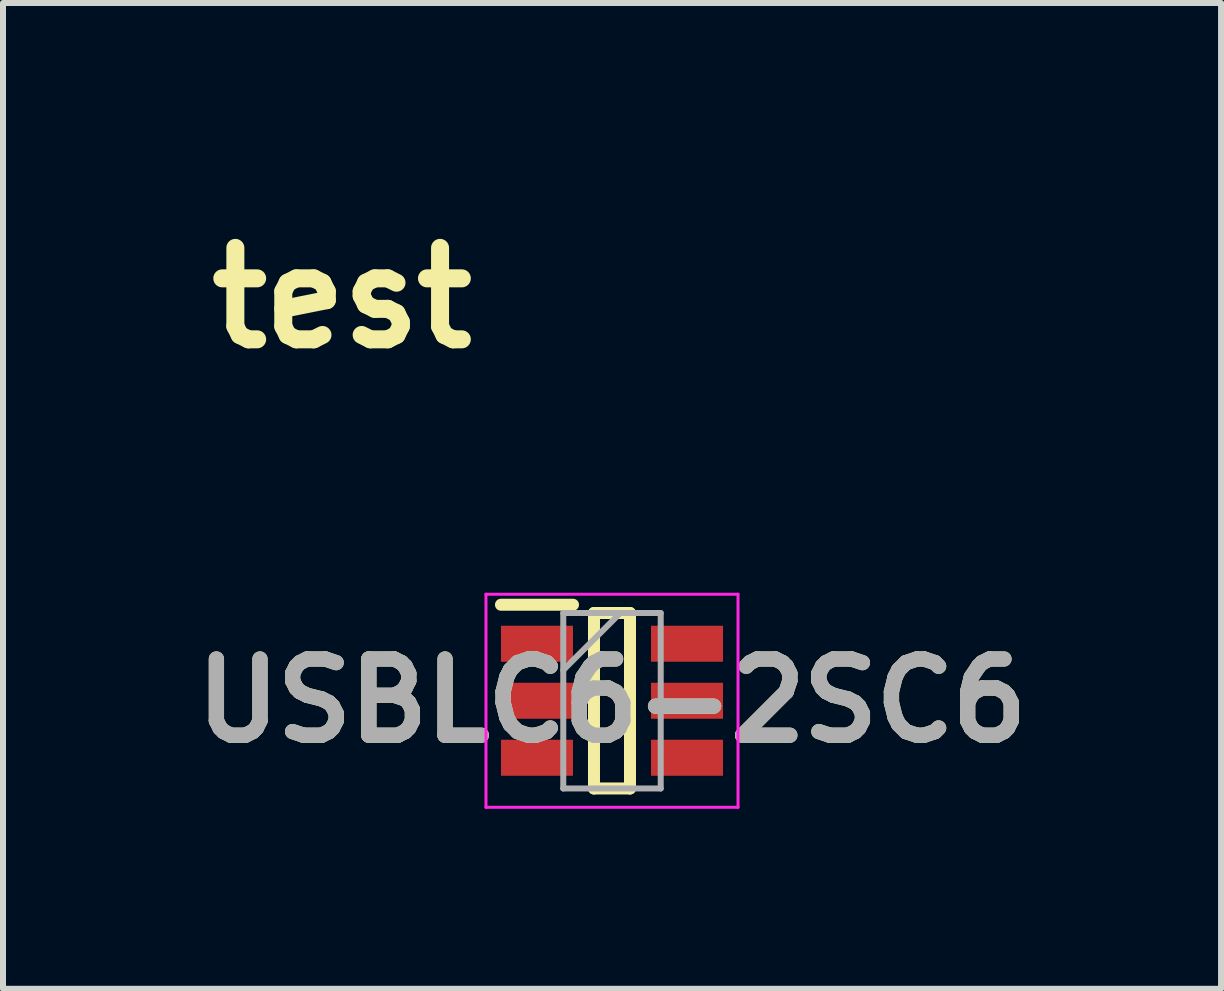
<source format=kicad_pcb>
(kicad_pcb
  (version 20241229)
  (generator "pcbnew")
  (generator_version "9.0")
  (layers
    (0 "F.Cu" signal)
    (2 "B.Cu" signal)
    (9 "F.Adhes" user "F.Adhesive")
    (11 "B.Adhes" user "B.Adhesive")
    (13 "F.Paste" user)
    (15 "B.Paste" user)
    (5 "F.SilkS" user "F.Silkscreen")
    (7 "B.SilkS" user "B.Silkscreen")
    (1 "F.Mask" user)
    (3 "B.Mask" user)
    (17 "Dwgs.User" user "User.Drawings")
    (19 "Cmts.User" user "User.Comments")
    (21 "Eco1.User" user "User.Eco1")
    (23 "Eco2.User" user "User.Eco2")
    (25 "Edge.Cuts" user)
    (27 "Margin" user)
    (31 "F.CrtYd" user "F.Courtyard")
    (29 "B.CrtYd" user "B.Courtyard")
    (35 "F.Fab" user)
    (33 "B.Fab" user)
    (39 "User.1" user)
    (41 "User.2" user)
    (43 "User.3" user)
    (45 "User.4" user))
  (footprint "test"
    (layer "F.Cu")
    (at 2.65 1.915)
    (property "Reference" "test" (at 0 0 0) (layer "F.SilkS") (effects (font (size 1.524 1.524) (thickness 0.3))))
    (attr board_only exclude_from_pos_files exclude_from_bom)
    (fp_poly (pts (xy 0.088 -1.915) (xy 0.219 -1.915) (xy 0.349 -1.915) (xy 0.478 -1.915) (xy 0.605 -1.915) (xy 0.731 -1.914) (xy 0.853 -1.914) (xy 0.973 -1.914) (xy 1.089 -1.914) (xy 1.201 -1.914) (xy 1.308 -1.914) (xy 1.411 -1.913) (xy 1.508 -1.913) (xy 1.599 -1.913) (xy 1.684 -1.913) (xy 1.762 -1.912) (xy 1.833 -1.912) (xy 1.896 -1.912) (xy 1.951 -1.911) (xy 1.997 -1.911) (xy 2.034 -1.91) (xy 2.062 -1.91) (xy 2.079 -1.91) (xy 2.085 -1.909) (xy 2.167 -1.897) (xy 2.245 -1.875) (xy 2.318 -1.843) (xy 2.386 -1.801) (xy 2.449 -1.75) (xy 2.459 -1.741) (xy 2.512 -1.683) (xy 2.556 -1.623) (xy 2.592 -1.559) (xy 2.617 -1.498) (xy 2.62 -1.489) (xy 2.624 -1.48) (xy 2.626 -1.471) (xy 2.629 -1.463) (xy 2.632 -1.455) (xy 2.634 -1.446) (xy 2.636 -1.435) (xy 2.638 -1.423) (xy 2.64 -1.41) (xy 2.642 -1.394) (xy 2.643 -1.375) (xy 2.644 -1.353) (xy 2.645 -1.327) (xy 2.646 -1.297) (xy 2.647 -1.263) (xy 2.648 -1.224) (xy 2.648 -1.18) (xy 2.649 -1.131) (xy 2.649 -1.075) (xy 2.65 -1.013) (xy 2.65 -0.944) (xy 2.65 -0.867) (xy 2.65 -0.783) (xy 2.65 -0.691) (xy 2.65 -0.59) (xy 2.65 -0.481) (xy 2.65 -0.362) (xy 2.65 -0.233) (xy 2.65 -0.095) (xy 2.65 0.000245) (xy 2.65 0.145) (xy 2.65 0.28) (xy 2.65 0.404) (xy 2.65 0.519) (xy 2.65 0.624) (xy 2.65 0.721) (xy 2.65 0.809) (xy 2.65 0.89) (xy 2.65 0.962) (xy 2.649 1.027) (xy 2.649 1.086) (xy 2.649 1.138) (xy 2.649 1.184) (xy 2.648 1.224) (xy 2.648 1.259) (xy 2.647 1.289) (xy 2.647 1.314) (xy 2.646 1.336) (xy 2.646 1.353) (xy 2.645 1.368) (xy 2.644 1.379) (xy 2.643 1.388) (xy 2.643 1.395) (xy 2.642 1.397) (xy 2.623 1.477) (xy 2.595 1.551) (xy 2.558 1.62) (xy 2.511 1.685) (xy 2.48 1.719) (xy 2.421 1.774) (xy 2.358 1.82) (xy 2.291 1.856) (xy 2.217 1.885) (xy 2.161 1.9) (xy 2.112 1.912) (xy 0.024 1.912) (xy -0.126 1.912) (xy -0.273 1.912) (xy -0.417 1.912) (xy -0.558 1.912) (xy -0.695 1.912) (xy -0.827 1.912) (xy -0.956 1.912) (xy -1.079 1.912) (xy -1.197 1.912) (xy -1.309 1.912) (xy -1.416 1.912) (xy -1.516 1.912) (xy -1.609 1.912) (xy -1.695 1.912) (xy -1.773 1.912) (xy -1.844 1.912) (xy -1.906 1.912) (xy -1.96 1.912) (xy -2.004 1.911) (xy -2.04 1.911) (xy -2.065 1.911) (xy -2.08 1.911) (xy -2.085 1.911) (xy -2.163 1.899) (xy -2.24 1.876) (xy -2.313 1.845) (xy -2.381 1.806) (xy -2.382 1.805) (xy -2.409 1.784) (xy -2.44 1.758) (xy -2.471 1.728) (xy -2.5 1.698) (xy -2.525 1.669) (xy -2.531 1.661) (xy -2.573 1.595) (xy -2.607 1.524) (xy -2.632 1.448) (xy -2.642 1.401) (xy -2.643 1.395) (xy -2.643 1.388) (xy -2.644 1.379) (xy -2.645 1.367) (xy -2.646 1.353) (xy -2.646 1.337) (xy -2.647 1.317) (xy -2.647 1.293) (xy -2.648 1.265) (xy -2.648 1.233) (xy -2.649 1.195) (xy -2.649 1.153) (xy -2.649 1.104) (xy -2.649 1.049) (xy -2.65 0.988) (xy -2.65 0.92) (xy -2.65 0.845) (xy -2.65 0.761) (xy -2.65 0.67) (xy -2.65 0.57) (xy -2.65 0.461) (xy -2.65 0.342) (xy -2.65 0.287) (xy -2.185 0.287) (xy -2.184 0.807) (xy -2.182 1.328) (xy -2.17 1.355) (xy -2.148 1.39) (xy -2.12 1.418) (xy -2.086 1.436) (xy -2.077 1.439) (xy -2.071 1.439) (xy -2.054 1.44) (xy -2.027 1.44) (xy -1.991 1.44) (xy -1.945 1.44) (xy -1.89 1.441) (xy -1.826 1.441) (xy -1.755 1.441) (xy -1.675 1.441) (xy -1.589 1.442) (xy -1.495 1.442) (xy -1.394 1.442) (xy -1.287 1.442) (xy -1.174 1.442) (xy -1.055 1.442) (xy -0.931 1.442) (xy -0.803 1.442) (xy -0.67 1.442) (xy -0.532 1.442) (xy -0.391 1.442) (xy -0.247 1.442) (xy -0.1 1.442) (xy 0.008 1.442) (xy 2.08 1.441) (xy 2.101 1.43) (xy 2.133 1.407) (xy 2.159 1.375) (xy 2.17 1.355) (xy 2.182 1.328) (xy 2.184 0.014) (xy 2.184 -0.143) (xy 2.184 -0.289) (xy 2.184 -0.424) (xy 2.184 -0.549) (xy 2.184 -0.665) (xy 2.184 -0.77) (xy 2.184 -0.865) (xy 2.184 -0.951) (xy 2.184 -1.028) (xy 2.183 -1.096) (xy 2.183 -1.154) (xy 2.182 -1.204) (xy 2.182 -1.245) (xy 2.181 -1.278) (xy 2.181 -1.303) (xy 2.18 -1.32) (xy 2.18 -1.328) (xy 2.179 -1.329) (xy 2.167 -1.365) (xy 2.145 -1.396) (xy 2.116 -1.421) (xy 2.109 -1.425) (xy 2.08 -1.441) (xy 0.011 -1.443) (xy -0.194 -1.443) (xy -0.388 -1.443) (xy -0.572 -1.443) (xy -0.745 -1.443) (xy -0.907 -1.443) (xy -1.059 -1.443) (xy -1.2 -1.443) (xy -1.33 -1.443) (xy -1.45 -1.443) (xy -1.559 -1.442) (xy -1.658 -1.442) (xy -1.746 -1.442) (xy -1.824 -1.442) (xy -1.891 -1.441) (xy -1.948 -1.441) (xy -1.994 -1.441) (xy -2.031 -1.44) (xy -2.056 -1.44) (xy -2.072 -1.439) (xy -2.077 -1.439) (xy -2.111 -1.424) (xy -2.141 -1.401) (xy -2.164 -1.371) (xy -2.166 -1.366) (xy -2.182 -1.334) (xy -2.184 -0.756) (xy -2.185 -0.179) (xy -1.759 -0.177) (xy -1.333 -0.176) (xy -1.292 -0.156) (xy -1.251 -0.13) (xy -1.224 -0.107) (xy -1.214 -0.094) (xy -1.199 -0.072) (xy -1.179 -0.042) (xy -1.154 -0.003) (xy -1.125 0.044) (xy -1.091 0.099) (xy -1.06 0.15) (xy -1.033 0.195) (xy -1.007 0.237) (xy -0.984 0.275) (xy -0.963 0.309) (xy -0.946 0.337) (xy -0.933 0.358) (xy -0.924 0.373) (xy -0.92 0.378) (xy -0.92 0.379) (xy -0.917 0.374) (xy -0.91 0.36) (xy -0.9 0.337) (xy -0.886 0.306) (xy -0.869 0.268) (xy -0.849 0.224) (xy -0.826 0.174) (xy -0.801 0.118) (xy -0.774 0.057) (xy -0.745 -0.007) (xy -0.715 -0.075) (xy -0.69 -0.131) (xy -0.649 -0.223) (xy -0.612 -0.306) (xy -0.579 -0.38) (xy -0.55 -0.445) (xy -0.524 -0.503) (xy -0.502 -0.554) (xy -0.482 -0.598) (xy -0.465 -0.635) (xy -0.45 -0.667) (xy -0.437 -0.694) (xy -0.426 -0.717) (xy -0.417 -0.735) (xy -0.409 -0.75) (xy -0.403 -0.761) (xy -0.397 -0.771) (xy -0.392 -0.778) (xy -0.387 -0.784) (xy -0.382 -0.789) (xy -0.377 -0.794) (xy -0.372 -0.799) (xy -0.371 -0.799) (xy -0.33 -0.83) (xy -0.286 -0.851) (xy -0.239 -0.861) (xy -0.191 -0.861) (xy -0.168 -0.858) (xy -0.125 -0.845) (xy -0.086 -0.825) (xy -0.05 -0.796) (xy -0.042 -0.787) (xy -0.033 -0.778) (xy -0.017 -0.762) (xy 0.005 -0.739) (xy 0.032 -0.711) (xy 0.064 -0.678) (xy 0.101 -0.64) (xy 0.14 -0.599) (xy 0.183 -0.554) (xy 0.227 -0.508) (xy 0.266 -0.467) (xy 0.543 -0.178) (xy 0.922 -0.178) (xy 0.999 -0.178) (xy 1.07 -0.178) (xy 1.133 -0.178) (xy 1.188 -0.177) (xy 1.234 -0.176) (xy 1.272 -0.176) (xy 1.3 -0.175) (xy 1.318 -0.174) (xy 1.325 -0.173) (xy 1.37 -0.157) (xy 1.409 -0.134) (xy 1.442 -0.104) (xy 1.468 -0.07) (xy 1.487 -0.031) (xy 1.499 0.01) (xy 1.503 0.053) (xy 1.5 0.096) (xy 1.488 0.138) (xy 1.469 0.178) (xy 1.441 0.214) (xy 1.405 0.245) (xy 1.401 0.248) (xy 1.391 0.255) (xy 1.382 0.26) (xy 1.374 0.266) (xy 1.365 0.27) (xy 1.355 0.274) (xy 1.343 0.277) (xy 1.328 0.279) (xy 1.31 0.282) (xy 1.288 0.283) (xy 1.262 0.284) (xy 1.23 0.285) (xy 1.191 0.286) (xy 1.146 0.286) (xy 1.093 0.286) (xy 1.032 0.286) (xy 0.961 0.286) (xy 0.881 0.286) (xy 0.849 0.285) (xy 0.387 0.284) (xy 0.357 0.272) (xy 0.335 0.261) (xy 0.312 0.247) (xy 0.303 0.239) (xy 0.294 0.232) (xy 0.279 0.217) (xy 0.258 0.196) (xy 0.232 0.169) (xy 0.202 0.138) (xy 0.168 0.103) (xy 0.131 0.065) (xy 0.093 0.025) (xy 0.071 0.003) (xy 0.032 -0.038) (xy -0.004 -0.076) (xy -0.038 -0.111) (xy -0.067 -0.142) (xy -0.093 -0.168) (xy -0.114 -0.189) (xy -0.129 -0.205) (xy -0.138 -0.213) (xy -0.14 -0.215) (xy -0.142 -0.21) (xy -0.149 -0.196) (xy -0.16 -0.174) (xy -0.174 -0.143) (xy -0.191 -0.105) (xy -0.212 -0.059) (xy -0.235 -0.008) (xy -0.261 0.049) (xy -0.289 0.112) (xy -0.319 0.178) (xy -0.35 0.249) (xy -0.383 0.323) (xy -0.411 0.385) (xy -0.445 0.462) (xy -0.479 0.537) (xy -0.511 0.609) (xy -0.541 0.676) (xy -0.57 0.74) (xy -0.597 0.799) (xy -0.621 0.852) (xy -0.643 0.899) (xy -0.661 0.939) (xy -0.677 0.972) (xy -0.688 0.996) (xy -0.696 1.012) (xy -0.699 1.018) (xy -0.729 1.053) (xy -0.766 1.081) (xy -0.808 1.102) (xy -0.854 1.113) (xy -0.902 1.116) (xy -0.922 1.114) (xy -0.957 1.105) (xy -0.993 1.09) (xy -1.026 1.07) (xy -1.053 1.048) (xy -1.056 1.045) (xy -1.062 1.036) (xy -1.074 1.019) (xy -1.09 0.994) (xy -1.11 0.962) (xy -1.134 0.924) (xy -1.161 0.88) (xy -1.191 0.832) (xy -1.223 0.78) (xy -1.257 0.724) (xy -1.292 0.667) (xy -1.3 0.653) (xy -1.522 0.287) (xy -2.185 0.287) (xy -2.65 0.287) (xy -2.65 0.214) (xy -2.65 0.075) (xy -2.65 0) (xy -2.65 -0.144) (xy -2.65 -0.277) (xy -2.65 -0.401) (xy -2.65 -0.515) (xy -2.65 -0.619) (xy -2.65 -0.715) (xy -2.65 -0.803) (xy -2.65 -0.882) (xy -2.65 -0.954) (xy -2.649 -1.019) (xy -2.649 -1.077) (xy -2.649 -1.128) (xy -2.649 -1.174) (xy -2.648 -1.214) (xy -2.648 -1.249) (xy -2.648 -1.279) (xy -2.647 -1.305) (xy -2.647 -1.327) (xy -2.646 -1.345) (xy -2.645 -1.361) (xy -2.645 -1.373) (xy -2.644 -1.383) (xy -2.643 -1.391) (xy -2.642 -1.398) (xy -2.642 -1.401) (xy -2.623 -1.478) (xy -2.595 -1.552) (xy -2.558 -1.621) (xy -2.531 -1.661) (xy -2.508 -1.689) (xy -2.479 -1.72) (xy -2.447 -1.752) (xy -2.414 -1.78) (xy -2.385 -1.803) (xy -2.38 -1.806) (xy -2.316 -1.844) (xy -2.245 -1.874) (xy -2.17 -1.896) (xy -2.092 -1.909) (xy -2.085 -1.909) (xy -2.075 -1.91) (xy -2.054 -1.91) (xy -2.023 -1.911) (xy -1.983 -1.911) (xy -1.933 -1.911) (xy -1.876 -1.912) (xy -1.81 -1.912) (xy -1.737 -1.912) (xy -1.656 -1.913) (xy -1.569 -1.913) (xy -1.476 -1.913) (xy -1.377 -1.913) (xy -1.273 -1.914) (xy -1.164 -1.914) (xy -1.051 -1.914) (xy -0.933 -1.914) (xy -0.813 -1.914) (xy -0.689 -1.914) (xy -0.563 -1.915) (xy -0.435 -1.915) (xy -0.306 -1.915) (xy -0.175 -1.915) (xy -0.044 -1.915)) (stroke (width 0) (type solid)) (fill yes) (layer "F.Mask")))
  (footprint "USBLC6-2SC6"
    (layer "F.Cu")
    (at 7.148 8.627)
    (property "Reference" "USBLC6-2SC6" (at 0 0 0) (layer "F.SilkS") (effects (font (size 1.27 1.27) (thickness 0.254))))
    (attr smd)
    (fp_line (start -1.85 -1.6) (end -0.65 -1.6) (stroke (width 0.2) (type solid)) (layer "F.SilkS"))
    (fp_line (start -0.3 -1.462) (end 0.3 -1.462) (stroke (width 0.2) (type solid)) (layer "F.SilkS"))
    (fp_line (start -0.3 1.462) (end -0.3 -1.462) (stroke (width 0.2) (type solid)) (layer "F.SilkS"))
    (fp_line (start 0.3 -1.462) (end 0.3 1.462) (stroke (width 0.2) (type solid)) (layer "F.SilkS"))
    (fp_line (start 0.3 1.462) (end -0.3 1.462) (stroke (width 0.2) (type solid)) (layer "F.SilkS"))
    (fp_line (start -2.1 -1.775) (end 2.1 -1.775) (stroke (width 0.05) (type solid)) (layer "F.CrtYd"))
    (fp_line (start -2.1 1.775) (end -2.1 -1.775) (stroke (width 0.05) (type solid)) (layer "F.CrtYd"))
    (fp_line (start 2.1 -1.775) (end 2.1 1.775) (stroke (width 0.05) (type solid)) (layer "F.CrtYd"))
    (fp_line (start 2.1 1.775) (end -2.1 1.775) (stroke (width 0.05) (type solid)) (layer "F.CrtYd"))
    (fp_line (start -0.812 -1.462) (end 0.812 -1.462) (stroke (width 0.1) (type solid)) (layer "F.Fab"))
    (fp_line (start -0.812 -0.512) (end 0.138 -1.462) (stroke (width 0.1) (type solid)) (layer "F.Fab"))
    (fp_line (start -0.812 1.462) (end -0.812 -1.462) (stroke (width 0.1) (type solid)) (layer "F.Fab"))
    (fp_line (start 0.812 -1.462) (end 0.812 1.462) (stroke (width 0.1) (type solid)) (layer "F.Fab"))
    (fp_line (start 0.812 1.462) (end -0.812 1.462) (stroke (width 0.1) (type solid)) (layer "F.Fab"))
    (fp_text user "${REFERENCE}" (at 0 0 0) (layer "F.Fab") (effects (font (size 1.27 1.27) (thickness 0.254))))
    (pad "1" smd rect (at -1.25 -0.95 90) (size 0.6 1.2) (layers "F.Cu" "F.Mask" "F.Paste"))
    (pad "2" smd rect (at -1.25 0 90) (size 0.6 1.2) (layers "F.Cu" "F.Mask" "F.Paste"))
    (pad "3" smd rect (at -1.25 0.95 90) (size 0.6 1.2) (layers "F.Cu" "F.Mask" "F.Paste"))
    (pad "4" smd rect (at 1.25 0.95 90) (size 0.6 1.2) (layers "F.Cu" "F.Mask" "F.Paste"))
    (pad "5" smd rect (at 1.25 0 90) (size 0.6 1.2) (layers "F.Cu" "F.Mask" "F.Paste"))
    (pad "6" smd rect (at 1.25 -0.95 90) (size 0.6 1.2) (layers "F.Cu" "F.Mask" "F.Paste")))
  (gr_rect
    (start -3 -3)
    (end 17.297 13.427)
    (stroke (width 0.1) (type default))
    (fill no)
    (layer "Edge.Cuts")))
</source>
